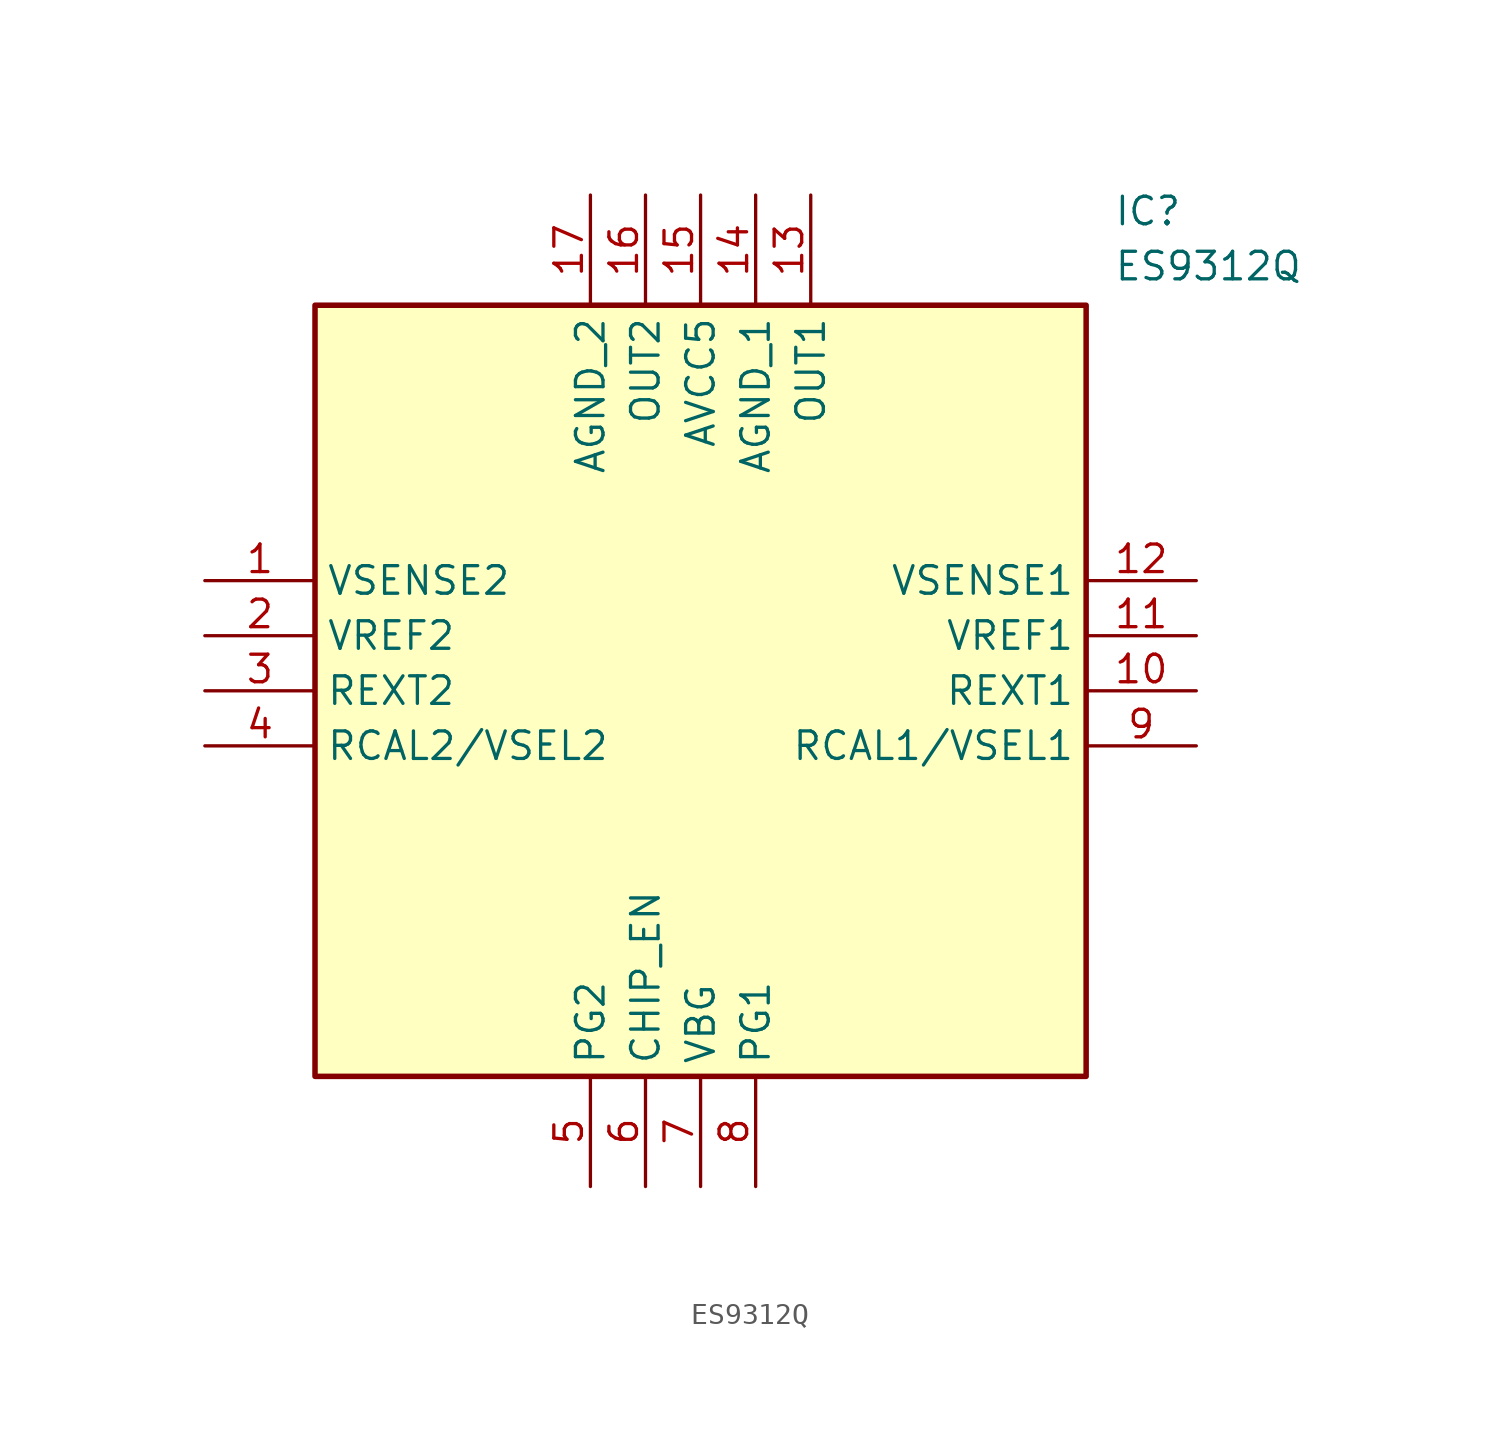
<source format=kicad_sym>
(kicad_symbol_lib
  (version 20211014)
  (generator SamacSys_ECAD_Model)
  (symbol "ES9312Q"
    (property "Reference" "IC"
      (at 41.91 17.78 0)
      (effects (font (size 1.27 1.27)) (justify left top)))
    (property "Value" "ES9312Q"
      (at 41.91 15.24 0)
      (effects (font (size 1.27 1.27)) (justify left top)))
    (rectangle
      (start 5.08 12.7)
      (end 40.64 -22.86)
      (stroke (width 0.254) (type default))
      (fill (type background)))
    (pin passive line
      (at 0 0 0)
      (length 5.08)
      (name "VSENSE2" (effects (font (size 1.27 1.27))))
      (number "1" (effects (font (size 1.27 1.27)))))
    (pin passive line
      (at 0 -2.54 0)
      (length 5.08)
      (name "VREF2" (effects (font (size 1.27 1.27))))
      (number "2" (effects (font (size 1.27 1.27)))))
    (pin passive line
      (at 0 -5.08 0)
      (length 5.08)
      (name "REXT2" (effects (font (size 1.27 1.27))))
      (number "3" (effects (font (size 1.27 1.27)))))
    (pin passive line
      (at 0 -7.62 0)
      (length 5.08)
      (name "RCAL2/VSEL2" (effects (font (size 1.27 1.27))))
      (number "4" (effects (font (size 1.27 1.27)))))
    (pin passive line
      (at 17.78 -27.94 90)
      (length 5.08)
      (name "PG2" (effects (font (size 1.27 1.27))))
      (number "5" (effects (font (size 1.27 1.27)))))
    (pin passive line
      (at 20.32 -27.94 90)
      (length 5.08)
      (name "CHIP_EN" (effects (font (size 1.27 1.27))))
      (number "6" (effects (font (size 1.27 1.27)))))
    (pin passive line
      (at 22.86 -27.94 90)
      (length 5.08)
      (name "VBG" (effects (font (size 1.27 1.27))))
      (number "7" (effects (font (size 1.27 1.27)))))
    (pin passive line
      (at 25.4 -27.94 90)
      (length 5.08)
      (name "PG1" (effects (font (size 1.27 1.27))))
      (number "8" (effects (font (size 1.27 1.27)))))
    (pin passive line
      (at 45.72 0 180)
      (length 5.08)
      (name "VSENSE1" (effects (font (size 1.27 1.27))))
      (number "12" (effects (font (size 1.27 1.27)))))
    (pin passive line
      (at 45.72 -2.54 180)
      (length 5.08)
      (name "VREF1" (effects (font (size 1.27 1.27))))
      (number "11" (effects (font (size 1.27 1.27)))))
    (pin passive line
      (at 45.72 -5.08 180)
      (length 5.08)
      (name "REXT1" (effects (font (size 1.27 1.27))))
      (number "10" (effects (font (size 1.27 1.27)))))
    (pin passive line
      (at 45.72 -7.62 180)
      (length 5.08)
      (name "RCAL1/VSEL1" (effects (font (size 1.27 1.27))))
      (number "9" (effects (font (size 1.27 1.27)))))
    (pin passive line
      (at 17.78 17.78 270)
      (length 5.08)
      (name "AGND_2" (effects (font (size 1.27 1.27))))
      (number "17" (effects (font (size 1.27 1.27)))))
    (pin passive line
      (at 20.32 17.78 270)
      (length 5.08)
      (name "OUT2" (effects (font (size 1.27 1.27))))
      (number "16" (effects (font (size 1.27 1.27)))))
    (pin passive line
      (at 22.86 17.78 270)
      (length 5.08)
      (name "AVCC5" (effects (font (size 1.27 1.27))))
      (number "15" (effects (font (size 1.27 1.27)))))
    (pin passive line
      (at 25.4 17.78 270)
      (length 5.08)
      (name "AGND_1" (effects (font (size 1.27 1.27))))
      (number "14" (effects (font (size 1.27 1.27)))))
    (pin passive line
      (at 27.94 17.78 270)
      (length 5.08)
      (name "OUT1" (effects (font (size 1.27 1.27))))
      (number "13" (effects (font (size 1.27 1.27)))))))
</source>
